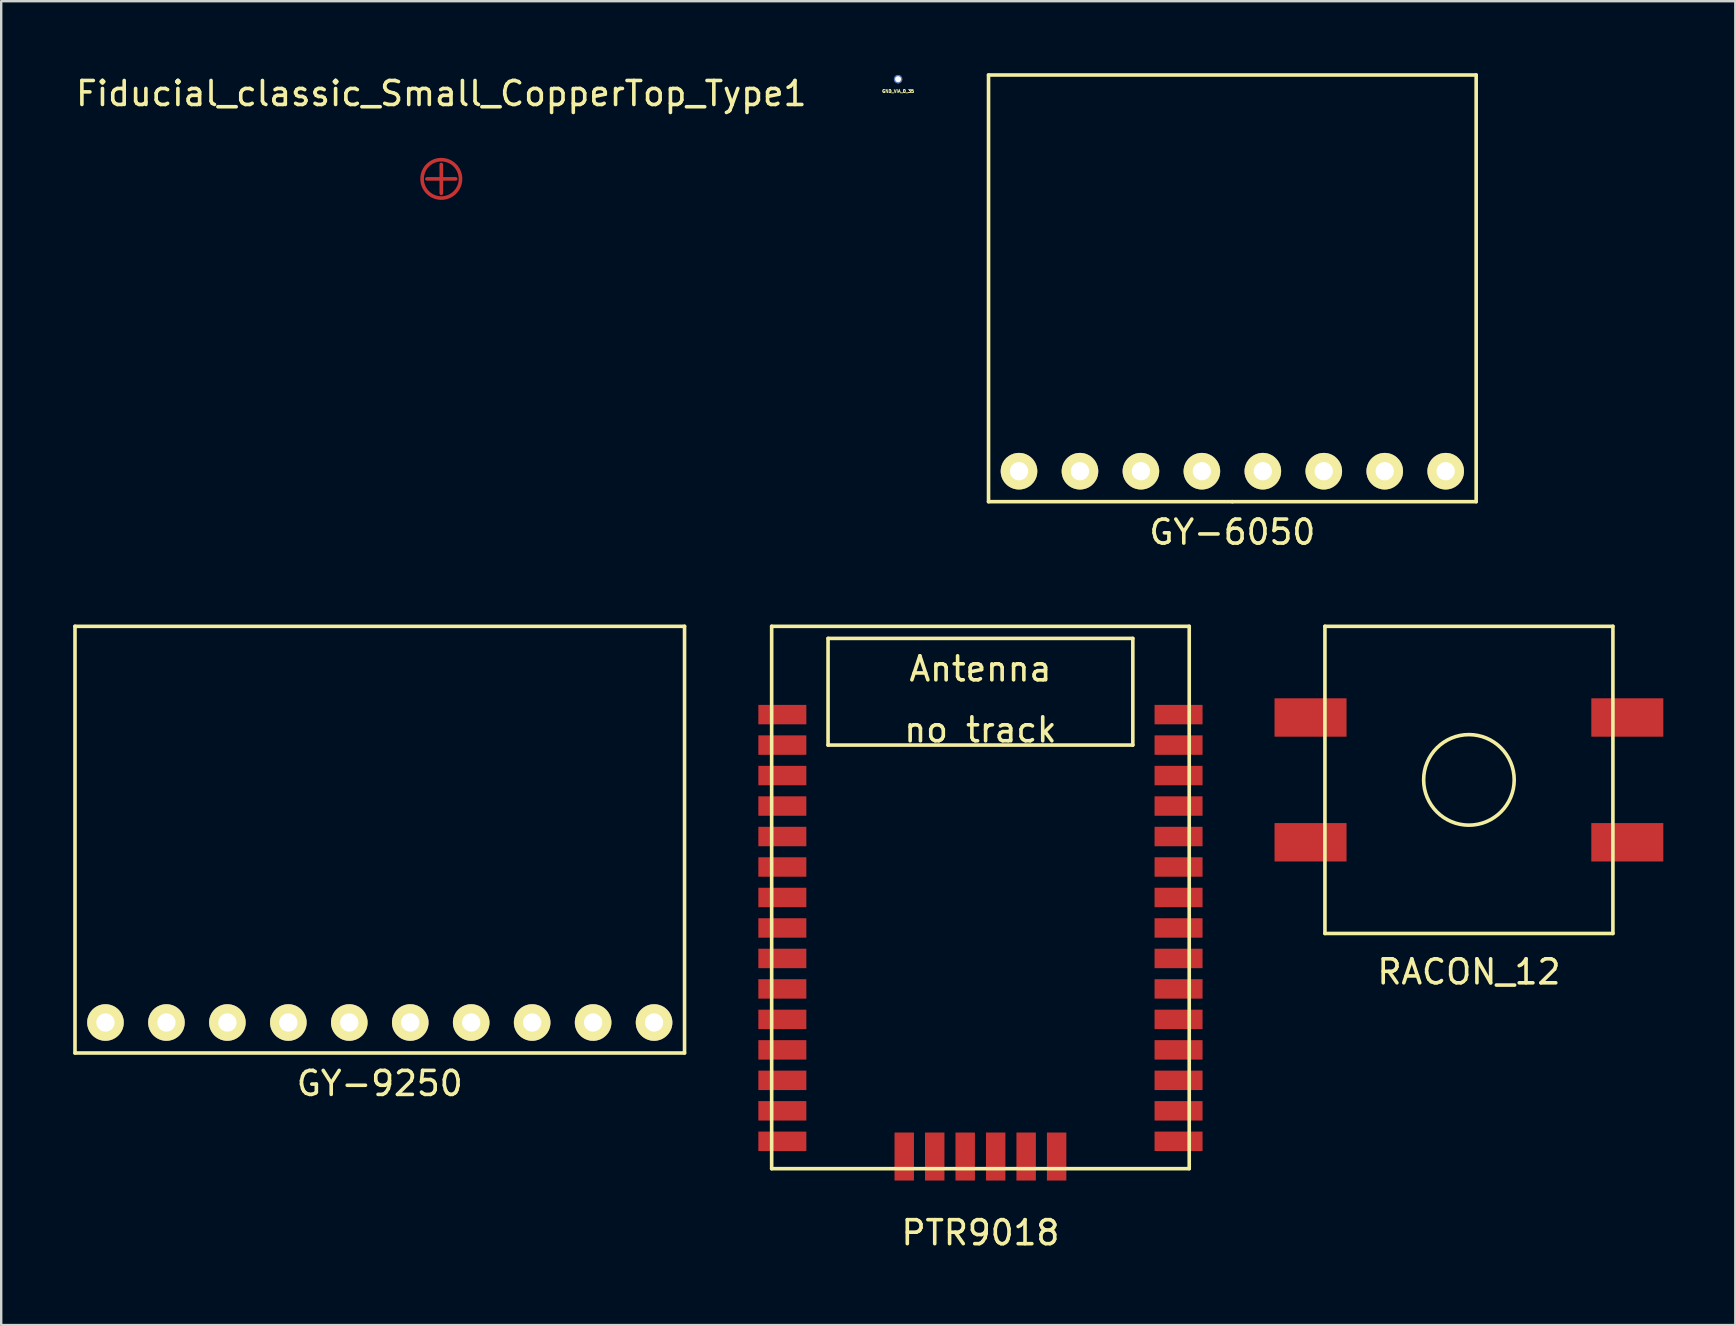
<source format=kicad_pcb>
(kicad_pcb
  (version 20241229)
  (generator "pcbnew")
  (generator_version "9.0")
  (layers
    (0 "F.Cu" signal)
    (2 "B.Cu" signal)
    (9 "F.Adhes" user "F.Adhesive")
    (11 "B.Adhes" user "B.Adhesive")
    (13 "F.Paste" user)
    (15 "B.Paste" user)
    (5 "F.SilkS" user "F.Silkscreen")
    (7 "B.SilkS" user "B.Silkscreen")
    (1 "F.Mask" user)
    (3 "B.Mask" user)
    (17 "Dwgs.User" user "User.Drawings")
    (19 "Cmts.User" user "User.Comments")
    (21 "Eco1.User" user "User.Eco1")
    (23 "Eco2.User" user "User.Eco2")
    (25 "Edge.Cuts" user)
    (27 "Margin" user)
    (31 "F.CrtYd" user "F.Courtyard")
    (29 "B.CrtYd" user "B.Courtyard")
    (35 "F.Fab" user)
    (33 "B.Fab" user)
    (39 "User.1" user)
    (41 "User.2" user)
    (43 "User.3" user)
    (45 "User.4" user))
  (footprint "Fiducial_classic_Small_CopperTop_Type1"
    (layer "F.Cu")
    (at 15.339 4.404)
    (property "Reference" "Fiducial_classic_Small_CopperTop_Type1" (at 0 -3.556 0) (layer "F.SilkS") (effects (font (size 1 1) (thickness 0.15))))
    (attr through_hole)
    (fp_line (start -0.6 0) (end 0.6 0) (stroke (width 0.15) (type solid)) (layer "F.Cu"))
    (fp_line (start 0 -0.6) (end 0 0.6) (stroke (width 0.15) (type solid)) (layer "F.Cu"))
    (fp_circle (center 0 0) (end 0.8 0) (stroke (width 0.15) (type solid)) (fill no) (layer "F.Cu"))
    (pad "" smd circle (at 0 0) (size 0.8 0.8) (layers "F.Mask")))
  (footprint "PTR9018"
    (layer "F.Cu")
    (at 37.805 34.348)
    (property "Reference" "PTR9018" (at 0 13.97 0) (layer "F.SilkS") (effects (font (size 1 1) (thickness 0.15))))
    (attr through_hole)
    (fp_line (start -8.7 -11.3) (end 8.7 -11.3) (stroke (width 0.15) (type solid)) (layer "F.SilkS"))
    (fp_line (start -8.7 11.3) (end -8.7 -11.3) (stroke (width 0.15) (type solid)) (layer "F.SilkS"))
    (fp_line (start -8.7 11.3) (end 8.7 11.3) (stroke (width 0.15) (type solid)) (layer "F.SilkS"))
    (fp_line (start -6.35 -10.795) (end -6.35 -6.35) (stroke (width 0.15) (type solid)) (layer "F.SilkS"))
    (fp_line (start -6.35 -6.35) (end 6.35 -6.35) (stroke (width 0.15) (type solid)) (layer "F.SilkS"))
    (fp_line (start 6.35 -10.795) (end -6.35 -10.795) (stroke (width 0.15) (type solid)) (layer "F.SilkS"))
    (fp_line (start 6.35 -6.35) (end 6.35 -10.795) (stroke (width 0.15) (type solid)) (layer "F.SilkS"))
    (fp_line (start 8.7 11.3) (end 8.7 -11.3) (stroke (width 0.15) (type solid)) (layer "F.SilkS"))
    (fp_text user "Antenna" (at 0 -9.525 0) (layer "F.SilkS") (effects (font (size 1 1) (thickness 0.15))))
    (fp_text user "no track" (at 0 -6.985 0) (layer "F.SilkS") (effects (font (size 1 1) (thickness 0.15))))
    (pad "1" smd rect (at 8.255 -7.62) (size 2 0.81) (layers "F.Cu" "F.Mask" "F.Paste"))
    (pad "2" smd rect (at 8.255 -6.35) (size 2 0.81) (layers "F.Cu" "F.Mask" "F.Paste"))
    (pad "3" smd rect (at 8.255 -5.08) (size 2 0.81) (layers "F.Cu" "F.Mask" "F.Paste"))
    (pad "4" smd rect (at 8.255 -3.81) (size 2 0.81) (layers "F.Cu" "F.Mask" "F.Paste"))
    (pad "5" smd rect (at 8.255 -2.54) (size 2 0.81) (layers "F.Cu" "F.Mask" "F.Paste"))
    (pad "6" smd rect (at 8.255 -1.27) (size 2 0.81) (layers "F.Cu" "F.Mask" "F.Paste"))
    (pad "7" smd rect (at 8.255 0) (size 2 0.81) (layers "F.Cu" "F.Mask" "F.Paste"))
    (pad "8" smd rect (at 8.255 1.27) (size 2 0.81) (layers "F.Cu" "F.Mask" "F.Paste"))
    (pad "9" smd rect (at 8.255 2.54) (size 2 0.81) (layers "F.Cu" "F.Mask" "F.Paste"))
    (pad "10" smd rect (at 8.255 3.81) (size 2 0.81) (layers "F.Cu" "F.Mask" "F.Paste"))
    (pad "11" smd rect (at 8.255 5.08) (size 2 0.81) (layers "F.Cu" "F.Mask" "F.Paste"))
    (pad "12" smd rect (at 8.255 6.35) (size 2 0.81) (layers "F.Cu" "F.Mask" "F.Paste"))
    (pad "13" smd rect (at 8.255 7.62) (size 2 0.81) (layers "F.Cu" "F.Mask" "F.Paste"))
    (pad "14" smd rect (at 8.255 8.89) (size 2 0.81) (layers "F.Cu" "F.Mask" "F.Paste"))
    (pad "15" smd rect (at 8.255 10.16) (size 2 0.81) (layers "F.Cu" "F.Mask" "F.Paste"))
    (pad "16" smd rect (at 3.175 10.795 90) (size 2 0.81) (layers "F.Cu" "F.Mask" "F.Paste"))
    (pad "17" smd rect (at 1.905 10.795 90) (size 2 0.81) (layers "F.Cu" "F.Mask" "F.Paste"))
    (pad "18" smd rect (at 0.635 10.795 90) (size 2 0.81) (layers "F.Cu" "F.Mask" "F.Paste"))
    (pad "19" smd rect (at -0.635 10.795 90) (size 2 0.81) (layers "F.Cu" "F.Mask" "F.Paste"))
    (pad "20" smd rect (at -1.905 10.795 90) (size 2 0.81) (layers "F.Cu" "F.Mask" "F.Paste"))
    (pad "21" smd rect (at -3.175 10.795 90) (size 2 0.81) (layers "F.Cu" "F.Mask" "F.Paste"))
    (pad "22" smd rect (at -8.255 10.16) (size 2 0.81) (layers "F.Cu" "F.Mask" "F.Paste"))
    (pad "23" smd rect (at -8.255 8.89) (size 2 0.81) (layers "F.Cu" "F.Mask" "F.Paste"))
    (pad "24" smd rect (at -8.255 7.62) (size 2 0.81) (layers "F.Cu" "F.Mask" "F.Paste"))
    (pad "25" smd rect (at -8.255 6.35) (size 2 0.81) (layers "F.Cu" "F.Mask" "F.Paste"))
    (pad "26" smd rect (at -8.255 5.08) (size 2 0.81) (layers "F.Cu" "F.Mask" "F.Paste"))
    (pad "27" smd rect (at -8.255 3.81) (size 2 0.81) (layers "F.Cu" "F.Mask" "F.Paste"))
    (pad "28" smd rect (at -8.255 2.54) (size 2 0.81) (layers "F.Cu" "F.Mask" "F.Paste"))
    (pad "29" smd rect (at -8.255 1.27) (size 2 0.81) (layers "F.Cu" "F.Mask" "F.Paste"))
    (pad "30" smd rect (at -8.255 0) (size 2 0.81) (layers "F.Cu" "F.Mask" "F.Paste"))
    (pad "31" smd rect (at -8.255 -1.27) (size 2 0.81) (layers "F.Cu" "F.Mask" "F.Paste"))
    (pad "32" smd rect (at -8.255 -2.54) (size 2 0.81) (layers "F.Cu" "F.Mask" "F.Paste"))
    (pad "33" smd rect (at -8.255 -3.81) (size 2 0.81) (layers "F.Cu" "F.Mask" "F.Paste"))
    (pad "34" smd rect (at -8.255 -5.08) (size 2 0.81) (layers "F.Cu" "F.Mask" "F.Paste"))
    (pad "35" smd rect (at -8.255 -6.35) (size 2 0.81) (layers "F.Cu" "F.Mask" "F.Paste"))
    (pad "36" smd rect (at -8.255 -7.62) (size 2 0.81) (layers "F.Cu" "F.Mask" "F.Paste")))
  (footprint "GY-6050"
    (layer "F.Cu")
    (at 48.302 15.315)
    (property "Reference" "GY-6050" (at 0 3.81 0) (layer "F.SilkS") (effects (font (size 1 1) (thickness 0.15))))
    (attr through_hole)
    (fp_line (start -10.16 -15.24) (end 10.16 -15.24) (stroke (width 0.15) (type solid)) (layer "F.SilkS"))
    (fp_line (start -10.16 2.54) (end -10.16 -15.24) (stroke (width 0.15) (type solid)) (layer "F.SilkS"))
    (fp_line (start 0 2.54) (end -10.16 2.54) (stroke (width 0.15) (type solid)) (layer "F.SilkS"))
    (fp_line (start 10.16 -15.24) (end 10.16 2.54) (stroke (width 0.15) (type solid)) (layer "F.SilkS"))
    (fp_line (start 10.16 2.54) (end 0 2.54) (stroke (width 0.15) (type solid)) (layer "F.SilkS"))
    (pad "1" thru_hole circle (at -8.89 1.27) (size 1.524 1.524) (drill 0.762) (layers "*.Cu" "*.Mask" "F.SilkS"))
    (pad "2" thru_hole circle (at -6.35 1.27) (size 1.524 1.524) (drill 0.762) (layers "*.Cu" "*.Mask" "F.SilkS"))
    (pad "3" thru_hole circle (at -3.81 1.27) (size 1.524 1.524) (drill 0.762) (layers "*.Cu" "*.Mask" "F.SilkS"))
    (pad "4" thru_hole circle (at -1.27 1.27) (size 1.524 1.524) (drill 0.762) (layers "*.Cu" "*.Mask" "F.SilkS"))
    (pad "5" thru_hole circle (at 1.27 1.27) (size 1.524 1.524) (drill 0.762) (layers "*.Cu" "*.Mask" "F.SilkS"))
    (pad "6" thru_hole circle (at 3.81 1.27) (size 1.524 1.524) (drill 0.762) (layers "*.Cu" "*.Mask" "F.SilkS"))
    (pad "7" thru_hole circle (at 6.35 1.27) (size 1.524 1.524) (drill 0.762) (layers "*.Cu" "*.Mask" "F.SilkS"))
    (pad "8" thru_hole circle (at 8.89 1.27) (size 1.524 1.524) (drill 0.762) (layers "*.Cu" "*.Mask" "F.SilkS")))
  (footprint "RACON_12"
    (layer "F.Cu")
    (at 58.16 29.448)
    (property "Reference" "RACON_12" (at 0 8 0) (layer "F.SilkS") (effects (font (size 1 1) (thickness 0.15))))
    (attr through_hole)
    (fp_line (start -6 -6.4) (end 6 -6.4) (stroke (width 0.15) (type solid)) (layer "F.SilkS"))
    (fp_line (start -6 6.4) (end -6 -6.4) (stroke (width 0.15) (type solid)) (layer "F.SilkS"))
    (fp_line (start 6 -6.4) (end 6 6.4) (stroke (width 0.15) (type solid)) (layer "F.SilkS"))
    (fp_line (start 6 6.4) (end -6 6.4) (stroke (width 0.15) (type solid)) (layer "F.SilkS"))
    (fp_circle (center 0 0) (end 1.6 -1) (stroke (width 0.15) (type solid)) (fill no) (layer "F.SilkS"))
    (pad "1" smd rect (at 6.6 -2.6) (size 3 1.6) (layers "F.Cu" "F.Mask" "F.Paste"))
    (pad "1" smd rect (at 6.6 2.6) (size 3 1.6) (layers "F.Cu" "F.Mask" "F.Paste"))
    (pad "2" smd rect (at -6.6 -2.6) (size 3 1.6) (layers "F.Cu" "F.Mask" "F.Paste"))
    (pad "2" smd rect (at -6.6 2.6) (size 3 1.6) (layers "F.Cu" "F.Mask" "F.Paste")))
  (footprint "GY-9250"
    (layer "F.Cu")
    (at 12.775 38.288)
    (property "Reference" "GY-9250" (at 0 3.81 0) (layer "F.SilkS") (effects (font (size 1 1) (thickness 0.15))))
    (attr through_hole)
    (fp_line (start -12.7 -15.24) (end 12.7 -15.24) (stroke (width 0.15) (type solid)) (layer "F.SilkS"))
    (fp_line (start -12.7 2.54) (end -12.7 -15.24) (stroke (width 0.15) (type solid)) (layer "F.SilkS"))
    (fp_line (start 12.7 -15.24) (end 12.7 2.54) (stroke (width 0.15) (type solid)) (layer "F.SilkS"))
    (fp_line (start 12.7 2.54) (end -12.7 2.54) (stroke (width 0.15) (type solid)) (layer "F.SilkS"))
    (pad "1" thru_hole circle (at -11.43 1.27) (size 1.524 1.524) (drill 0.762) (layers "*.Cu" "*.Mask" "F.SilkS"))
    (pad "2" thru_hole circle (at -8.89 1.27) (size 1.524 1.524) (drill 0.762) (layers "*.Cu" "*.Mask" "F.SilkS"))
    (pad "3" thru_hole circle (at -6.35 1.27) (size 1.524 1.524) (drill 0.762) (layers "*.Cu" "*.Mask" "F.SilkS"))
    (pad "4" thru_hole circle (at -3.81 1.27) (size 1.524 1.524) (drill 0.762) (layers "*.Cu" "*.Mask" "F.SilkS"))
    (pad "5" thru_hole circle (at -1.27 1.27) (size 1.524 1.524) (drill 0.762) (layers "*.Cu" "*.Mask" "F.SilkS"))
    (pad "6" thru_hole circle (at 1.27 1.27) (size 1.524 1.524) (drill 0.762) (layers "*.Cu" "*.Mask" "F.SilkS"))
    (pad "7" thru_hole circle (at 3.81 1.27) (size 1.524 1.524) (drill 0.762) (layers "*.Cu" "*.Mask" "F.SilkS"))
    (pad "8" thru_hole circle (at 6.35 1.27) (size 1.524 1.524) (drill 0.762) (layers "*.Cu" "*.Mask" "F.SilkS"))
    (pad "9" thru_hole circle (at 8.89 1.27) (size 1.524 1.524) (drill 0.762) (layers "*.Cu" "*.Mask" "F.SilkS"))
    (pad "10" thru_hole circle (at 11.43 1.27) (size 1.524 1.524) (drill 0.762) (layers "*.Cu" "*.Mask" "F.SilkS")))
  (footprint "GND_VIA_0_35"
    (layer "F.Cu")
    (at 34.373 0.25)
    (property "Reference" "GND_VIA_0_35" (at 0 0.5 0) (layer "F.SilkS") (effects (font (size 0.127 0.127) (thickness 0.032))))
    (attr through_hole)
    (pad "1" thru_hole circle (at 0 0) (size 0.35 0.35) (drill 0.25) (layers "*.Cu")))
  (gr_rect
    (start -3 -3)
    (end 69.26 52.166)
    (stroke (width 0.1) (type default))
    (fill no)
    (layer "Edge.Cuts")))
</source>
